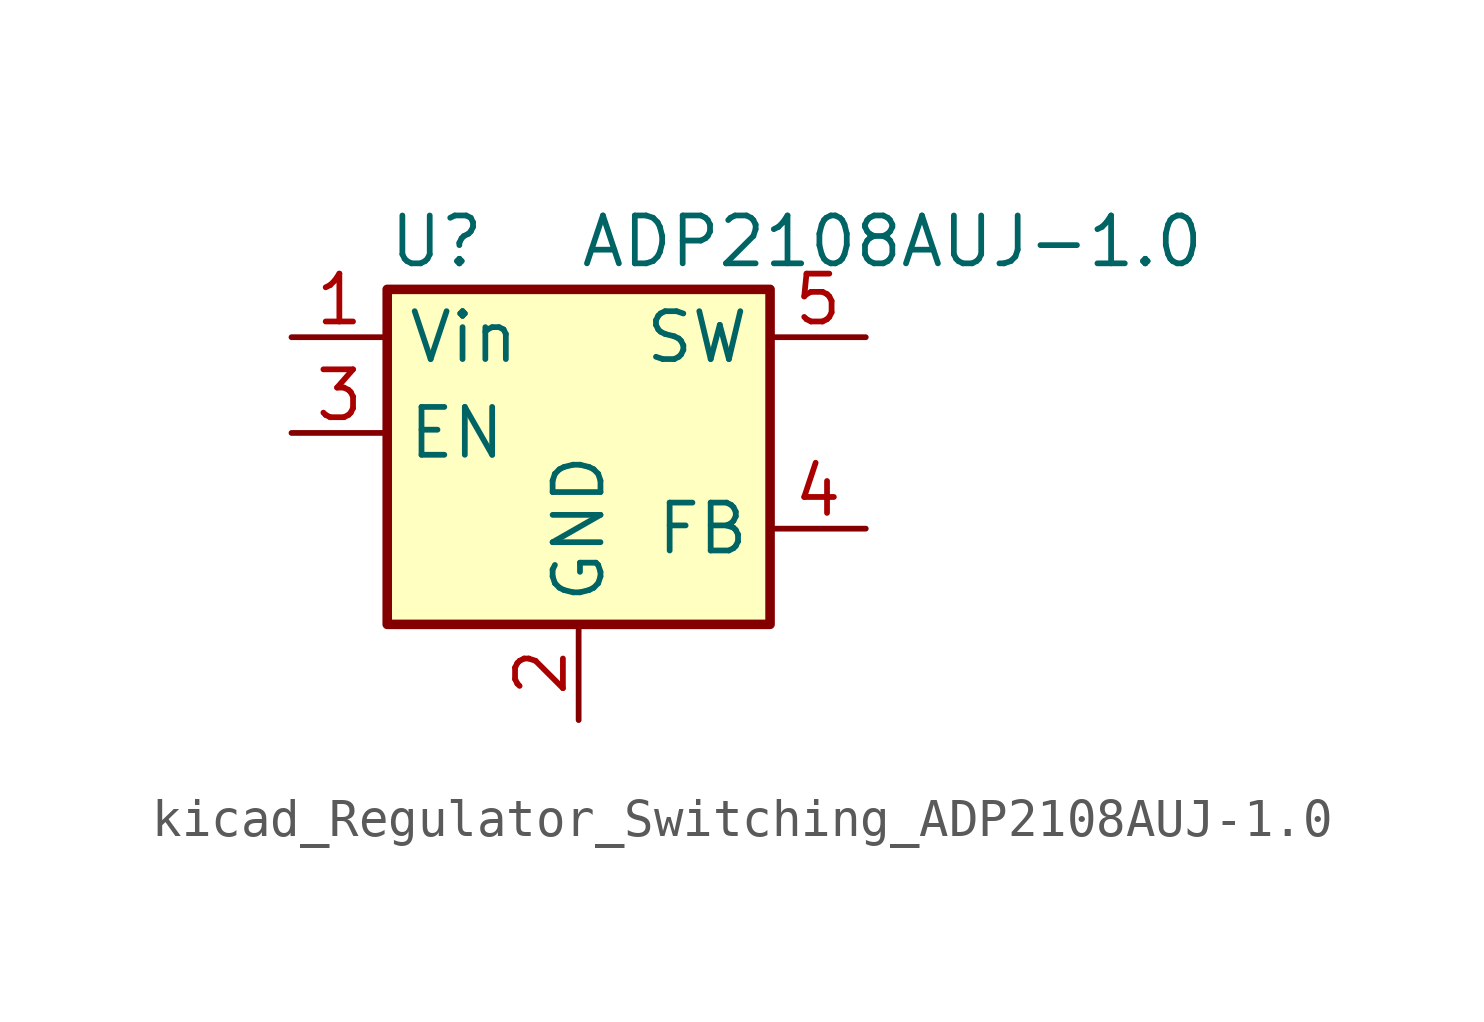
<source format=kicad_sym>
(kicad_symbol_lib
  (version 20220914)
  (generator kicad_symbol_editor)
  (symbol "kicad_Regulator_Switching_ADP2108AUJ-1.0"
    (property "Reference" "U"
      (at -5.08 5.08 0)
      (effects (font (size 1.27 1.27)) (justify left)))
    (property "Value" "ADP2108AUJ-1.0"
      (at 0 5.08 0)
      (effects (font (size 1.27 1.27)) (justify left)))
    (symbol "kicad_Regulator_Switching_ADP2108AUJ-1.0_0_1"
      (rectangle (start -5.08 3.81) (end 5.08 -5.08) (stroke (width 0.254) (type default)) (fill (type background))))
    (symbol "kicad_Regulator_Switching_ADP2108AUJ-1.0_1_1"
      (pin power_in line (at -7.62 2.54 0) (length 2.54) (name "Vin" (effects (font (size 1.27 1.27)))) (number "1" (effects (font (size 1.27 1.27)))))
      (pin power_in line (at 0 -7.62 90) (length 2.54) (name "GND" (effects (font (size 1.27 1.27)))) (number "2" (effects (font (size 1.27 1.27)))))
      (pin input line (at -7.62 0 0) (length 2.54) (name "EN" (effects (font (size 1.27 1.27)))) (number "3" (effects (font (size 1.27 1.27)))))
      (pin input line (at 7.62 -2.54 180) (length 2.54) (name "FB" (effects (font (size 1.27 1.27)))) (number "4" (effects (font (size 1.27 1.27)))))
      (pin input line (at 7.62 2.54 180) (length 2.54) (name "SW" (effects (font (size 1.27 1.27)))) (number "5" (effects (font (size 1.27 1.27))))))))
</source>
